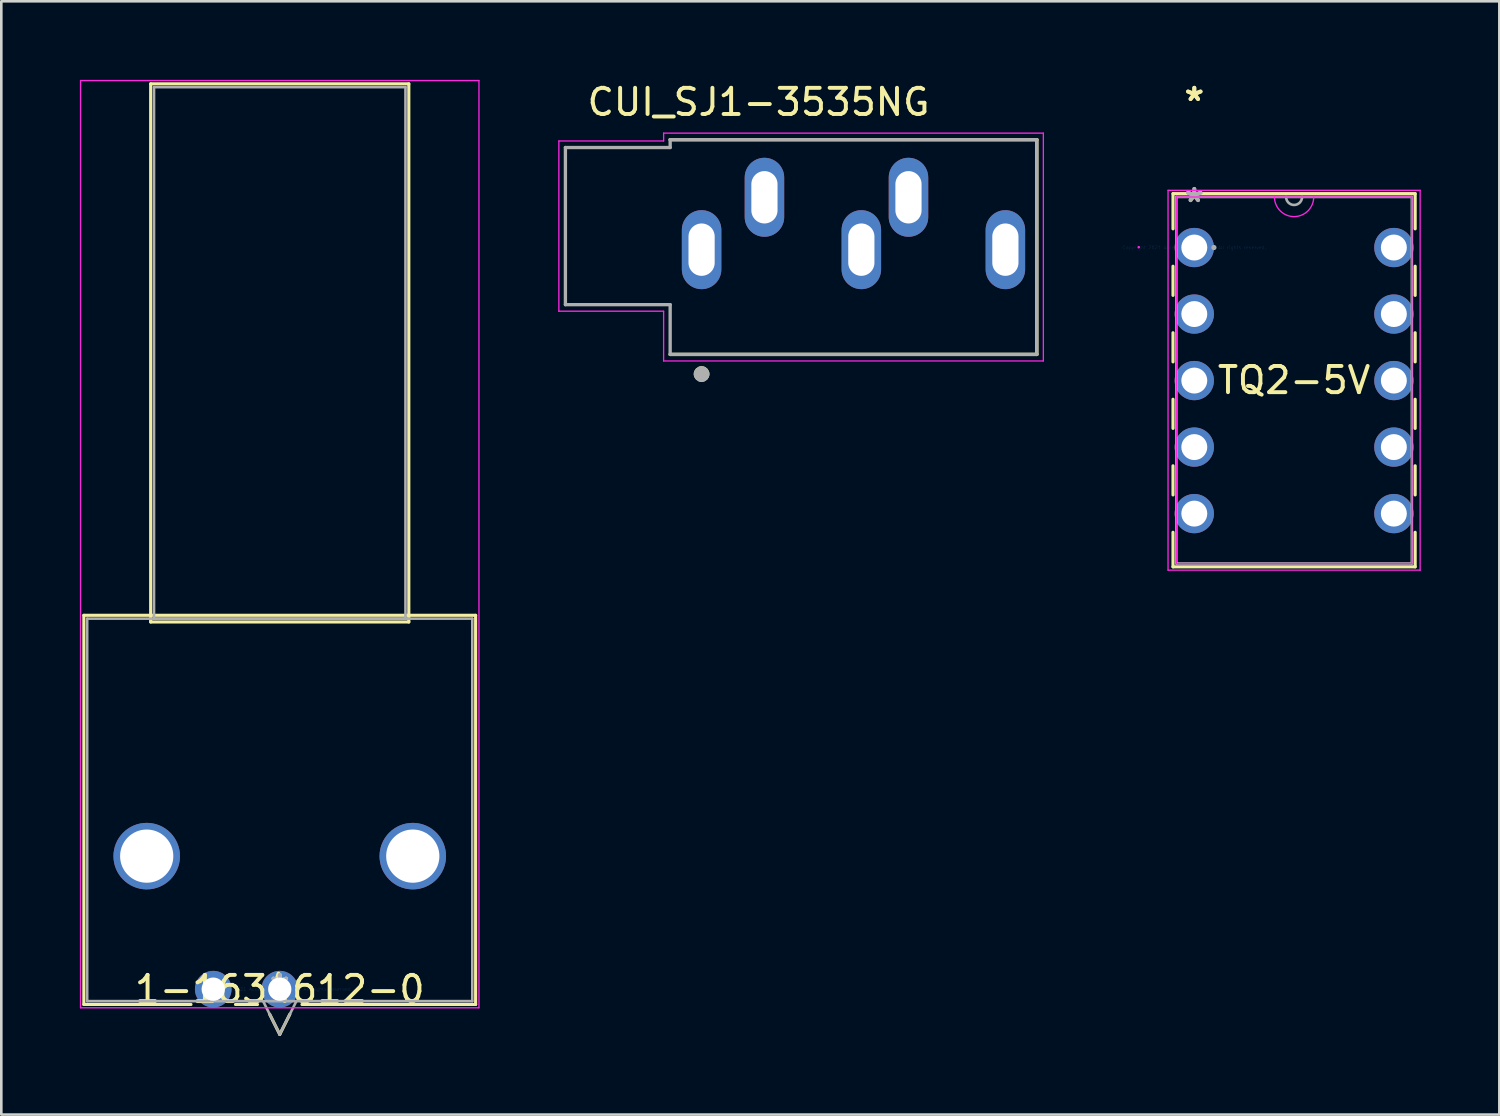
<source format=kicad_pcb>
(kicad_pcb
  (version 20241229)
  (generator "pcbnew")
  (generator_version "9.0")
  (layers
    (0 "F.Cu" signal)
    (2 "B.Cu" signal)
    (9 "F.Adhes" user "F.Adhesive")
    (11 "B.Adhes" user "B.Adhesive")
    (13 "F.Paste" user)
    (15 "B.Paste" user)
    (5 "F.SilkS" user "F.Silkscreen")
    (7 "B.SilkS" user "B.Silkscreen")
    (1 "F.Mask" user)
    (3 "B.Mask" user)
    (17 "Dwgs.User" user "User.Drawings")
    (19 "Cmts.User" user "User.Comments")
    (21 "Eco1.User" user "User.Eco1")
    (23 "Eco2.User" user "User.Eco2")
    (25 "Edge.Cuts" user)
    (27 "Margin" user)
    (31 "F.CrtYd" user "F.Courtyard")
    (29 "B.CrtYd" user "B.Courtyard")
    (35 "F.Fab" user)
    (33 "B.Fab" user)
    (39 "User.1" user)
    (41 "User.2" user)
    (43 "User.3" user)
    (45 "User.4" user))
  (footprint "1-1634612-0"
    (layer "F.Cu")
    (at 7.632 34.721)
    (property "Reference" "1-1634612-0" (at 0 0 0) (layer "F.SilkS") (effects (font (size 1 1) (thickness 0.15))))
    (attr through_hole)
    (fp_line (start -7.48 -14.275) (end -7.48 0.584) (stroke (width 0.12) (type solid)) (layer "F.SilkS"))
    (fp_line (start -7.48 0.584) (end -3.39 0.584) (stroke (width 0.12) (type solid)) (layer "F.SilkS"))
    (fp_line (start -4.928 -34.569) (end -4.928 -14.021) (stroke (width 0.12) (type solid)) (layer "F.SilkS"))
    (fp_line (start -4.928 -14.021) (end 4.928 -14.021) (stroke (width 0.12) (type solid)) (layer "F.SilkS"))
    (fp_line (start -1.69 0.584) (end -0.85 0.584) (stroke (width 0.12) (type solid)) (layer "F.SilkS"))
    (fp_line (start -0.385 0.957) (end 0 1.727) (stroke (width 0.12) (type solid)) (layer "F.SilkS"))
    (fp_line (start 0.385 0.957) (end 0 1.727) (stroke (width 0.12) (type solid)) (layer "F.SilkS"))
    (fp_line (start 0.85 0.584) (end 7.48 0.584) (stroke (width 0.12) (type solid)) (layer "F.SilkS"))
    (fp_line (start 4.928 -34.569) (end -4.928 -34.569) (stroke (width 0.12) (type solid)) (layer "F.SilkS"))
    (fp_line (start 4.928 -14.021) (end 4.928 -34.569) (stroke (width 0.12) (type solid)) (layer "F.SilkS"))
    (fp_line (start 7.48 -14.275) (end -7.48 -14.275) (stroke (width 0.12) (type solid)) (layer "F.SilkS"))
    (fp_line (start 7.48 0.584) (end 7.48 -14.275) (stroke (width 0.12) (type solid)) (layer "F.SilkS"))
    (fp_line (start -7.607 -34.696) (end -7.607 0.711) (stroke (width 0.05) (type solid)) (layer "F.CrtYd"))
    (fp_line (start -7.607 0.711) (end 7.607 0.711) (stroke (width 0.05) (type solid)) (layer "F.CrtYd"))
    (fp_line (start 7.607 -34.696) (end -7.607 -34.696) (stroke (width 0.05) (type solid)) (layer "F.CrtYd"))
    (fp_line (start 7.607 0.711) (end 7.607 -34.696) (stroke (width 0.05) (type solid)) (layer "F.CrtYd"))
    (fp_line (start -7.353 -14.148) (end -7.353 0.457) (stroke (width 0.1) (type solid)) (layer "F.Fab"))
    (fp_line (start -7.353 0.457) (end 7.353 0.457) (stroke (width 0.1) (type solid)) (layer "F.Fab"))
    (fp_line (start -4.801 -34.442) (end -4.801 -14.148) (stroke (width 0.1) (type solid)) (layer "F.Fab"))
    (fp_line (start -4.801 -14.148) (end 4.801 -14.148) (stroke (width 0.1) (type solid)) (layer "F.Fab"))
    (fp_line (start -0.635 0.457) (end 0 1.727) (stroke (width 0.1) (type solid)) (layer "F.Fab"))
    (fp_line (start 0.635 0.457) (end 0 1.727) (stroke (width 0.1) (type solid)) (layer "F.Fab"))
    (fp_line (start 4.801 -34.442) (end -4.801 -34.442) (stroke (width 0.1) (type solid)) (layer "F.Fab"))
    (fp_line (start 4.801 -14.148) (end 4.801 -34.442) (stroke (width 0.1) (type solid)) (layer "F.Fab"))
    (fp_line (start 7.353 -14.148) (end -7.353 -14.148) (stroke (width 0.1) (type solid)) (layer "F.Fab"))
    (fp_line (start 7.353 0.457) (end 7.353 -14.148) (stroke (width 0.1) (type solid)) (layer "F.Fab"))
    (fp_text user "*" (at 0 0 0) (layer "F.SilkS") (effects (font (size 1 1) (thickness 0.15))))
    (fp_text user "Copyright 2021 Accelerated Designs. All rights reserved." (at 0 0 0) (layer "Cmts.User") (effects (font (size 0.127 0.127) (thickness 0.002))))
    (fp_text user "*" (at 0 0 0) (layer "F.Fab") (effects (font (size 1 1) (thickness 0.15))))
    (pad "1" thru_hole circle (at 0 0) (size 1.397 1.397) (drill 0.889) (layers "*.Cu" "*.Mask"))
    (pad "2" thru_hole circle (at -2.54 0) (size 1.397 1.397) (drill 0.889) (layers "*.Cu" "*.Mask"))
    (pad "3" thru_hole circle (at -5.08 -5.08) (size 2.54 2.54) (drill 2.032) (layers "*.Cu" "*.Mask"))
    (pad "4" thru_hole circle (at 5.08 -5.08) (size 2.54 2.54) (drill 2.032) (layers "*.Cu" "*.Mask")))
  (footprint "CUI_SJ1-3535NG"
    (layer "F.Cu")
    (at 23.74 6.483)
    (property "Reference" "CUI_SJ1-3535NG" (at 2.175 -5.635 0) (layer "F.SilkS") (effects (font (size 1 1) (thickness 0.15))))
    (attr through_hole)
    (fp_line (start -1.2 -4.2) (end 12.8 -4.2) (stroke (width 0.127) (type solid)) (layer "F.SilkS"))
    (fp_line (start 12.8 -4.2) (end 12.8 4) (stroke (width 0.127) (type solid)) (layer "F.SilkS"))
    (fp_line (start 12.8 4) (end -1.2 4) (stroke (width 0.127) (type solid)) (layer "F.SilkS"))
    (fp_circle (center 0 4.75) (end 0.15 4.75) (stroke (width 0.3) (type solid)) (fill no) (layer "F.SilkS"))
    (fp_line (start -5.45 -4.15) (end -1.45 -4.15) (stroke (width 0.05) (type solid)) (layer "F.CrtYd"))
    (fp_line (start -5.45 2.35) (end -5.45 -4.15) (stroke (width 0.05) (type solid)) (layer "F.CrtYd"))
    (fp_line (start -1.45 -4.45) (end 13.05 -4.45) (stroke (width 0.05) (type solid)) (layer "F.CrtYd"))
    (fp_line (start -1.45 -4.15) (end -1.45 -4.45) (stroke (width 0.05) (type solid)) (layer "F.CrtYd"))
    (fp_line (start -1.45 2.35) (end -5.45 2.35) (stroke (width 0.05) (type solid)) (layer "F.CrtYd"))
    (fp_line (start -1.45 4.25) (end -1.45 2.35) (stroke (width 0.05) (type solid)) (layer "F.CrtYd"))
    (fp_line (start 13.05 -4.45) (end 13.05 4.25) (stroke (width 0.05) (type solid)) (layer "F.CrtYd"))
    (fp_line (start 13.05 4.25) (end -1.45 4.25) (stroke (width 0.05) (type solid)) (layer "F.CrtYd"))
    (fp_line (start -5.2 -3.9) (end -1.2 -3.9) (stroke (width 0.127) (type solid)) (layer "F.Fab"))
    (fp_line (start -5.2 2.1) (end -5.2 -3.9) (stroke (width 0.127) (type solid)) (layer "F.Fab"))
    (fp_line (start -1.2 -4.2) (end 12.8 -4.2) (stroke (width 0.127) (type solid)) (layer "F.Fab"))
    (fp_line (start -1.2 -3.9) (end -1.2 -4.2) (stroke (width 0.127) (type solid)) (layer "F.Fab"))
    (fp_line (start -1.2 2.1) (end -5.2 2.1) (stroke (width 0.127) (type solid)) (layer "F.Fab"))
    (fp_line (start -1.2 4) (end -1.2 2.1) (stroke (width 0.127) (type solid)) (layer "F.Fab"))
    (fp_line (start 12.8 -4.2) (end 12.8 4) (stroke (width 0.127) (type solid)) (layer "F.Fab"))
    (fp_line (start 12.8 4) (end -1.2 4) (stroke (width 0.127) (type solid)) (layer "F.Fab"))
    (fp_circle (center 0 4.75) (end 0.15 4.75) (stroke (width 0.3) (type solid)) (fill no) (layer "F.Fab"))
    (pad "1" thru_hole oval (at 0 0) (size 1.508 3.016) (drill oval 1 2) (layers "*.Cu" "*.Mask"))
    (pad "2" thru_hole oval (at 2.4 -2) (size 1.508 3.016) (drill oval 1 2) (layers "*.Cu" "*.Mask"))
    (pad "3" thru_hole oval (at 7.9 -2) (size 1.508 3.016) (drill oval 1 2) (layers "*.Cu" "*.Mask"))
    (pad "4" thru_hole oval (at 11.6 0) (size 1.508 3.016) (drill oval 1 2) (layers "*.Cu" "*.Mask"))
    (pad "5" thru_hole oval (at 6.1 0) (size 1.508 3.016) (drill oval 1 2) (layers "*.Cu" "*.Mask")))
  (footprint "TQ2-5V"
    (layer "F.Cu")
    (at 42.554 6.402)
    (property "Reference" "TQ2-5V" (at 3.81 5.067 0) (layer "F.SilkS") (effects (font (size 1 1) (thickness 0.15))))
    (attr through_hole)
    (fp_line (start -0.813 -2.057) (end -0.813 -0.714) (stroke (width 0.12) (type solid)) (layer "F.SilkS"))
    (fp_line (start -0.813 0.714) (end -0.813 1.826) (stroke (width 0.12) (type solid)) (layer "F.SilkS"))
    (fp_line (start -0.813 3.254) (end -0.813 4.366) (stroke (width 0.12) (type solid)) (layer "F.SilkS"))
    (fp_line (start -0.813 5.794) (end -0.813 6.906) (stroke (width 0.12) (type solid)) (layer "F.SilkS"))
    (fp_line (start -0.813 8.334) (end -0.813 9.446) (stroke (width 0.12) (type solid)) (layer "F.SilkS"))
    (fp_line (start -0.813 10.874) (end -0.813 12.192) (stroke (width 0.12) (type solid)) (layer "F.SilkS"))
    (fp_line (start -0.813 12.192) (end 8.433 12.192) (stroke (width 0.12) (type solid)) (layer "F.SilkS"))
    (fp_line (start 8.433 -2.057) (end -0.813 -2.057) (stroke (width 0.12) (type solid)) (layer "F.SilkS"))
    (fp_line (start 8.433 -0.714) (end 8.433 -2.057) (stroke (width 0.12) (type solid)) (layer "F.SilkS"))
    (fp_line (start 8.433 1.826) (end 8.433 0.714) (stroke (width 0.12) (type solid)) (layer "F.SilkS"))
    (fp_line (start 8.433 4.366) (end 8.433 3.254) (stroke (width 0.12) (type solid)) (layer "F.SilkS"))
    (fp_line (start 8.433 6.906) (end 8.433 5.794) (stroke (width 0.12) (type solid)) (layer "F.SilkS"))
    (fp_line (start 8.433 9.446) (end 8.433 8.334) (stroke (width 0.12) (type solid)) (layer "F.SilkS"))
    (fp_line (start 8.433 12.192) (end 8.433 10.874) (stroke (width 0.12) (type solid)) (layer "F.SilkS"))
    (fp_line (start -1.003 -2.184) (end 8.623 -2.184) (stroke (width 0.05) (type solid)) (layer "F.CrtYd"))
    (fp_line (start -1.003 12.319) (end -1.003 -2.184) (stroke (width 0.05) (type solid)) (layer "F.CrtYd"))
    (fp_line (start -0.686 -1.93) (end 8.306 -1.93) (stroke (width 0.05) (type solid)) (layer "F.CrtYd"))
    (fp_line (start -0.686 12.065) (end -0.686 -1.93) (stroke (width 0.05) (type solid)) (layer "F.CrtYd"))
    (fp_line (start 8.306 -1.93) (end 8.306 12.065) (stroke (width 0.05) (type solid)) (layer "F.CrtYd"))
    (fp_line (start 8.306 12.065) (end -0.686 12.065) (stroke (width 0.05) (type solid)) (layer "F.CrtYd"))
    (fp_line (start 8.623 -2.184) (end 8.623 12.319) (stroke (width 0.05) (type solid)) (layer "F.CrtYd"))
    (fp_line (start 8.623 12.319) (end -1.003 12.319) (stroke (width 0.05) (type solid)) (layer "F.CrtYd"))
    (fp_arc (start 4.5593 -1.9304) (mid 3.81 -1.1811) (end 3.0607 -1.9304) (stroke (width 0.05) (type solid)) (layer "F.CrtYd"))
    (fp_circle (center -2.121 -0.013) (end -2.121 -0.013) (stroke (width 0.05) (type solid)) (fill no) (layer "F.CrtYd"))
    (fp_line (start -0.686 -1.93) (end -0.686 12.065) (stroke (width 0.1) (type solid)) (layer "F.Fab"))
    (fp_line (start -0.686 12.065) (end 8.306 12.065) (stroke (width 0.1) (type solid)) (layer "F.Fab"))
    (fp_line (start 8.306 -1.93) (end -0.686 -1.93) (stroke (width 0.1) (type solid)) (layer "F.Fab"))
    (fp_line (start 8.306 12.065) (end 8.306 -1.93) (stroke (width 0.1) (type solid)) (layer "F.Fab"))
    (fp_arc (start 4.1148 -1.9304) (mid 3.81 -1.6256) (end 3.5052 -1.9304) (stroke (width 0.1) (type solid)) (layer "F.Fab"))
    (fp_circle (center 0.749 0) (end 0.749 0) (stroke (width 0.1) (type solid)) (fill no) (layer "F.Fab"))
    (fp_text user "*" (at 0 -5.554 0) (layer "F.SilkS") (effects (font (size 1 1) (thickness 0.15))))
    (fp_text user "*" (at 0 -5.554 0) (layer "F.SilkS") (effects (font (size 1 1) (thickness 0.15))))
    (fp_text user "Copyright 2021 Accelerated Designs. All rights reserved." (at 0 0 0) (layer "Cmts.User") (effects (font (size 0.127 0.127) (thickness 0.002))))
    (fp_text user "*" (at 0 -1.693 0) (layer "F.Fab") (effects (font (size 1 1) (thickness 0.15))))
    (fp_text user "*" (at 0 -1.693 0) (layer "F.Fab") (effects (font (size 1 1) (thickness 0.15))))
    (pad "1" thru_hole circle (at 0 0) (size 1.499 1.499) (drill 0.991) (layers "*.Cu" "*.Mask"))
    (pad "2" thru_hole circle (at 0 2.54) (size 1.499 1.499) (drill 0.991) (layers "*.Cu" "*.Mask"))
    (pad "3" thru_hole circle (at 0 5.08) (size 1.499 1.499) (drill 0.991) (layers "*.Cu" "*.Mask"))
    (pad "4" thru_hole circle (at 0 7.62) (size 1.499 1.499) (drill 0.991) (layers "*.Cu" "*.Mask"))
    (pad "5" thru_hole circle (at 0 10.16) (size 1.499 1.499) (drill 0.991) (layers "*.Cu" "*.Mask"))
    (pad "6" thru_hole circle (at 7.62 10.16) (size 1.499 1.499) (drill 0.991) (layers "*.Cu" "*.Mask"))
    (pad "7" thru_hole circle (at 7.62 7.62) (size 1.499 1.499) (drill 0.991) (layers "*.Cu" "*.Mask"))
    (pad "8" thru_hole circle (at 7.62 5.08) (size 1.499 1.499) (drill 0.991) (layers "*.Cu" "*.Mask"))
    (pad "9" thru_hole circle (at 7.62 2.54) (size 1.499 1.499) (drill 0.991) (layers "*.Cu" "*.Mask"))
    (pad "10" thru_hole circle (at 7.62 0) (size 1.499 1.499) (drill 0.991) (layers "*.Cu" "*.Mask")))
  (gr_rect
    (start -3 -3)
    (end 54.202 39.509)
    (stroke (width 0.1) (type default))
    (fill no)
    (layer "Edge.Cuts")))
</source>
